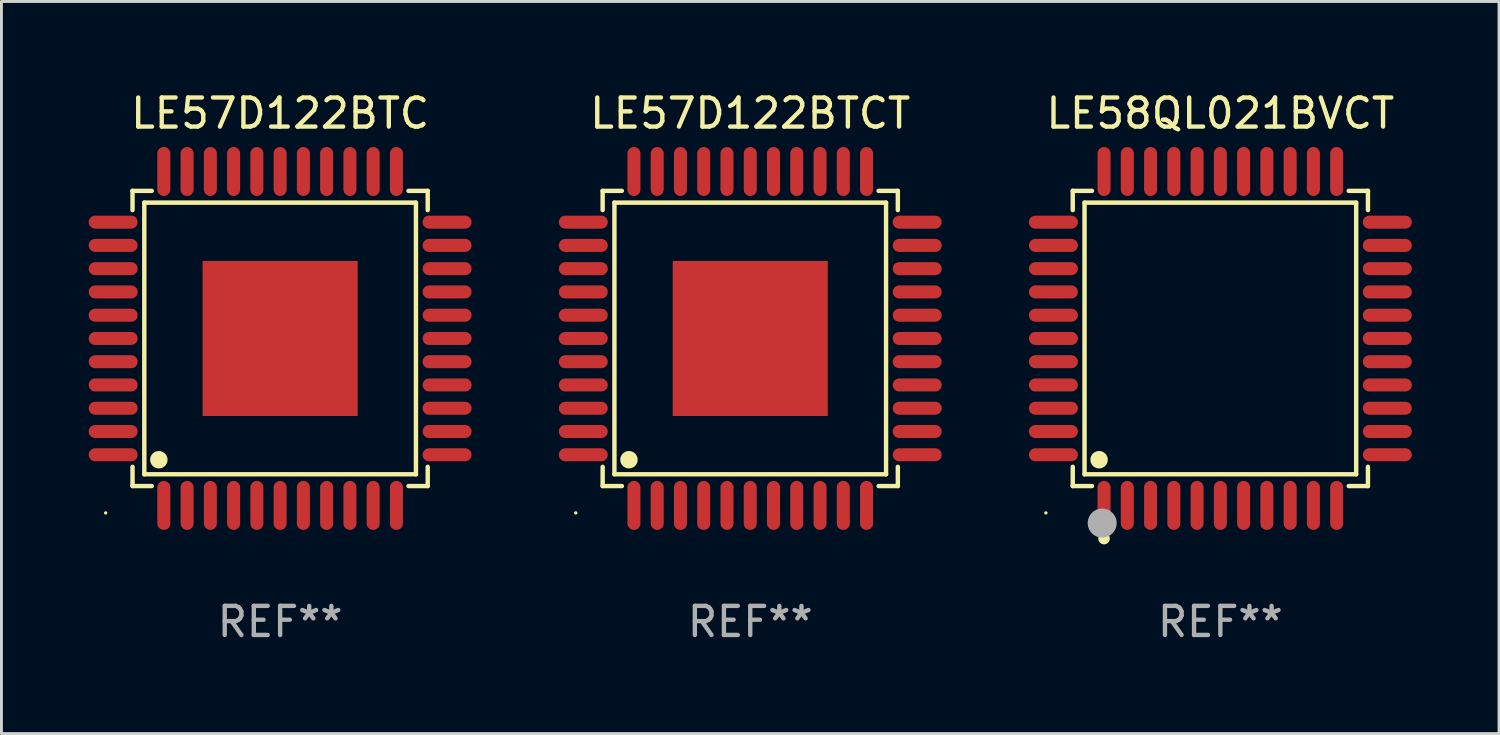
<source format=kicad_pcb>
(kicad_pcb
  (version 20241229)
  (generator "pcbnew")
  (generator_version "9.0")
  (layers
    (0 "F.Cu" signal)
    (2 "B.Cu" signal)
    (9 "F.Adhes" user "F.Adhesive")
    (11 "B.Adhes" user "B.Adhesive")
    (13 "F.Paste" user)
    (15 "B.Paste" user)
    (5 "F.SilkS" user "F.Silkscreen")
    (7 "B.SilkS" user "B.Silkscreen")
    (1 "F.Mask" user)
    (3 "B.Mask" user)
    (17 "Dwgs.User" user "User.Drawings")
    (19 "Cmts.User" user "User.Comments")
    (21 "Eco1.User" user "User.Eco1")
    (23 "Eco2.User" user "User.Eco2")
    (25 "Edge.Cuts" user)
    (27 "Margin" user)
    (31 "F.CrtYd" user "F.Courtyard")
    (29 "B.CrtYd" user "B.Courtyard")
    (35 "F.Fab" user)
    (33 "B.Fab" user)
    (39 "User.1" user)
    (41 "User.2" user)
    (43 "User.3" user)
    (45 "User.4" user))
  (footprint "LE57D122BTC"
    (layer "F.Cu")
    (at 6.584 8.59)
    (property "Reference" "LE57D122BTC" (at 0 -7.742 0) (layer "F.SilkS") (effects (font (size 1 1) (thickness 0.15))))
    (attr through_hole)
    (fp_line (start -5.076 -5.076) (end -4.415 -5.076) (stroke (width 0.152) (type solid)) (layer "F.SilkS"))
    (fp_line (start -5.076 -4.415) (end -5.076 -5.076) (stroke (width 0.152) (type solid)) (layer "F.SilkS"))
    (fp_line (start -5.076 4.415) (end -5.076 5.076) (stroke (width 0.152) (type solid)) (layer "F.SilkS"))
    (fp_line (start -5.076 5.076) (end -4.415 5.076) (stroke (width 0.152) (type solid)) (layer "F.SilkS"))
    (fp_line (start -4.671 -4.671) (end 4.671 -4.671) (stroke (width 0.152) (type solid)) (layer "F.SilkS"))
    (fp_line (start -4.671 4.671) (end -4.671 -4.671) (stroke (width 0.152) (type solid)) (layer "F.SilkS"))
    (fp_line (start 4.671 -4.671) (end 4.671 4.671) (stroke (width 0.152) (type solid)) (layer "F.SilkS"))
    (fp_line (start 4.671 4.671) (end -4.671 4.671) (stroke (width 0.152) (type solid)) (layer "F.SilkS"))
    (fp_line (start 5.076 -5.076) (end 4.415 -5.076) (stroke (width 0.152) (type solid)) (layer "F.SilkS"))
    (fp_line (start 5.076 -4.415) (end 5.076 -5.076) (stroke (width 0.152) (type solid)) (layer "F.SilkS"))
    (fp_line (start 5.076 4.415) (end 5.076 5.076) (stroke (width 0.152) (type solid)) (layer "F.SilkS"))
    (fp_line (start 5.076 5.076) (end 4.415 5.076) (stroke (width 0.152) (type solid)) (layer "F.SilkS"))
    (fp_circle (center -6 6) (end -5.97 6) (stroke (width 0.06) (type solid)) (fill no) (layer "F.SilkS"))
    (fp_circle (center -4.171 4.171) (end -4.021 4.171) (stroke (width 0.3) (type solid)) (fill no) (layer "F.SilkS"))
    (fp_text user "REF**" (at 0 9.742 0) (layer "F.Fab") (effects (font (size 1 1) (thickness 0.15))))
    (pad "1" smd oval (at -4 5.742) (size 0.448 1.684) (layers "F.Cu" "F.Mask" "F.Paste"))
    (pad "2" smd oval (at -3.2 5.742) (size 0.448 1.684) (layers "F.Cu" "F.Mask" "F.Paste"))
    (pad "3" smd oval (at -2.4 5.742) (size 0.448 1.684) (layers "F.Cu" "F.Mask" "F.Paste"))
    (pad "4" smd oval (at -1.6 5.742) (size 0.448 1.684) (layers "F.Cu" "F.Mask" "F.Paste"))
    (pad "5" smd oval (at -0.8 5.742) (size 0.448 1.684) (layers "F.Cu" "F.Mask" "F.Paste"))
    (pad "6" smd oval (at 0 5.742) (size 0.448 1.684) (layers "F.Cu" "F.Mask" "F.Paste"))
    (pad "7" smd oval (at 0.8 5.742) (size 0.448 1.684) (layers "F.Cu" "F.Mask" "F.Paste"))
    (pad "8" smd oval (at 1.6 5.742) (size 0.448 1.684) (layers "F.Cu" "F.Mask" "F.Paste"))
    (pad "9" smd oval (at 2.4 5.742) (size 0.448 1.684) (layers "F.Cu" "F.Mask" "F.Paste"))
    (pad "10" smd oval (at 3.2 5.742) (size 0.448 1.684) (layers "F.Cu" "F.Mask" "F.Paste"))
    (pad "11" smd oval (at 4 5.742) (size 0.448 1.684) (layers "F.Cu" "F.Mask" "F.Paste"))
    (pad "12" smd oval (at 5.742 4) (size 1.684 0.448) (layers "F.Cu" "F.Mask" "F.Paste"))
    (pad "13" smd oval (at 5.742 3.2) (size 1.684 0.448) (layers "F.Cu" "F.Mask" "F.Paste"))
    (pad "14" smd oval (at 5.742 2.4) (size 1.684 0.448) (layers "F.Cu" "F.Mask" "F.Paste"))
    (pad "15" smd oval (at 5.742 1.6) (size 1.684 0.448) (layers "F.Cu" "F.Mask" "F.Paste"))
    (pad "16" smd oval (at 5.742 0.8) (size 1.684 0.448) (layers "F.Cu" "F.Mask" "F.Paste"))
    (pad "17" smd oval (at 5.742 0) (size 1.684 0.448) (layers "F.Cu" "F.Mask" "F.Paste"))
    (pad "18" smd oval (at 5.742 -0.8) (size 1.684 0.448) (layers "F.Cu" "F.Mask" "F.Paste"))
    (pad "19" smd oval (at 5.742 -1.6) (size 1.684 0.448) (layers "F.Cu" "F.Mask" "F.Paste"))
    (pad "20" smd oval (at 5.742 -2.4) (size 1.684 0.448) (layers "F.Cu" "F.Mask" "F.Paste"))
    (pad "21" smd oval (at 5.742 -3.2) (size 1.684 0.448) (layers "F.Cu" "F.Mask" "F.Paste"))
    (pad "22" smd oval (at 5.742 -4) (size 1.684 0.448) (layers "F.Cu" "F.Mask" "F.Paste"))
    (pad "23" smd oval (at 4 -5.742) (size 0.448 1.684) (layers "F.Cu" "F.Mask" "F.Paste"))
    (pad "24" smd oval (at 3.2 -5.742) (size 0.448 1.684) (layers "F.Cu" "F.Mask" "F.Paste"))
    (pad "25" smd oval (at 2.4 -5.742) (size 0.448 1.684) (layers "F.Cu" "F.Mask" "F.Paste"))
    (pad "26" smd oval (at 1.6 -5.742) (size 0.448 1.684) (layers "F.Cu" "F.Mask" "F.Paste"))
    (pad "27" smd oval (at 0.8 -5.742) (size 0.448 1.684) (layers "F.Cu" "F.Mask" "F.Paste"))
    (pad "28" smd oval (at 0 -5.742) (size 0.448 1.684) (layers "F.Cu" "F.Mask" "F.Paste"))
    (pad "29" smd oval (at -0.8 -5.742) (size 0.448 1.684) (layers "F.Cu" "F.Mask" "F.Paste"))
    (pad "30" smd oval (at -1.6 -5.742) (size 0.448 1.684) (layers "F.Cu" "F.Mask" "F.Paste"))
    (pad "31" smd oval (at -2.4 -5.742) (size 0.448 1.684) (layers "F.Cu" "F.Mask" "F.Paste"))
    (pad "32" smd oval (at -3.2 -5.742) (size 0.448 1.684) (layers "F.Cu" "F.Mask" "F.Paste"))
    (pad "33" smd oval (at -4 -5.742) (size 0.448 1.684) (layers "F.Cu" "F.Mask" "F.Paste"))
    (pad "34" smd oval (at -5.742 -4) (size 1.684 0.448) (layers "F.Cu" "F.Mask" "F.Paste"))
    (pad "35" smd oval (at -5.742 -3.2) (size 1.684 0.448) (layers "F.Cu" "F.Mask" "F.Paste"))
    (pad "36" smd oval (at -5.742 -2.4) (size 1.684 0.448) (layers "F.Cu" "F.Mask" "F.Paste"))
    (pad "37" smd oval (at -5.742 -1.6) (size 1.684 0.448) (layers "F.Cu" "F.Mask" "F.Paste"))
    (pad "38" smd oval (at -5.742 -0.8) (size 1.684 0.448) (layers "F.Cu" "F.Mask" "F.Paste"))
    (pad "39" smd oval (at -5.742 0) (size 1.684 0.448) (layers "F.Cu" "F.Mask" "F.Paste"))
    (pad "40" smd oval (at -5.742 0.8) (size 1.684 0.448) (layers "F.Cu" "F.Mask" "F.Paste"))
    (pad "41" smd oval (at -5.742 1.6) (size 1.684 0.448) (layers "F.Cu" "F.Mask" "F.Paste"))
    (pad "42" smd oval (at -5.742 2.4) (size 1.684 0.448) (layers "F.Cu" "F.Mask" "F.Paste"))
    (pad "43" smd oval (at -5.742 3.2) (size 1.684 0.448) (layers "F.Cu" "F.Mask" "F.Paste"))
    (pad "44" smd oval (at -5.742 4) (size 1.684 0.448) (layers "F.Cu" "F.Mask" "F.Paste"))
    (pad "45" smd rect (at 0 0) (size 5.334 5.334) (layers "F.Cu" "F.Mask" "F.Paste")))
  (footprint "LE57D122BTCT"
    (layer "F.Cu")
    (at 22.752 8.59)
    (property "Reference" "LE57D122BTCT" (at 0 -7.742 0) (layer "F.SilkS") (effects (font (size 1 1) (thickness 0.15))))
    (attr through_hole)
    (fp_line (start -5.076 -5.076) (end -4.415 -5.076) (stroke (width 0.152) (type solid)) (layer "F.SilkS"))
    (fp_line (start -5.076 -4.415) (end -5.076 -5.076) (stroke (width 0.152) (type solid)) (layer "F.SilkS"))
    (fp_line (start -5.076 4.415) (end -5.076 5.076) (stroke (width 0.152) (type solid)) (layer "F.SilkS"))
    (fp_line (start -5.076 5.076) (end -4.415 5.076) (stroke (width 0.152) (type solid)) (layer "F.SilkS"))
    (fp_line (start -4.671 -4.671) (end 4.671 -4.671) (stroke (width 0.152) (type solid)) (layer "F.SilkS"))
    (fp_line (start -4.671 4.671) (end -4.671 -4.671) (stroke (width 0.152) (type solid)) (layer "F.SilkS"))
    (fp_line (start 4.671 -4.671) (end 4.671 4.671) (stroke (width 0.152) (type solid)) (layer "F.SilkS"))
    (fp_line (start 4.671 4.671) (end -4.671 4.671) (stroke (width 0.152) (type solid)) (layer "F.SilkS"))
    (fp_line (start 5.076 -5.076) (end 4.415 -5.076) (stroke (width 0.152) (type solid)) (layer "F.SilkS"))
    (fp_line (start 5.076 -4.415) (end 5.076 -5.076) (stroke (width 0.152) (type solid)) (layer "F.SilkS"))
    (fp_line (start 5.076 4.415) (end 5.076 5.076) (stroke (width 0.152) (type solid)) (layer "F.SilkS"))
    (fp_line (start 5.076 5.076) (end 4.415 5.076) (stroke (width 0.152) (type solid)) (layer "F.SilkS"))
    (fp_circle (center -6 6) (end -5.97 6) (stroke (width 0.06) (type solid)) (fill no) (layer "F.SilkS"))
    (fp_circle (center -4.171 4.171) (end -4.021 4.171) (stroke (width 0.3) (type solid)) (fill no) (layer "F.SilkS"))
    (fp_text user "REF**" (at 0 9.742 0) (layer "F.Fab") (effects (font (size 1 1) (thickness 0.15))))
    (pad "1" smd oval (at -4 5.742) (size 0.448 1.684) (layers "F.Cu" "F.Mask" "F.Paste"))
    (pad "2" smd oval (at -3.2 5.742) (size 0.448 1.684) (layers "F.Cu" "F.Mask" "F.Paste"))
    (pad "3" smd oval (at -2.4 5.742) (size 0.448 1.684) (layers "F.Cu" "F.Mask" "F.Paste"))
    (pad "4" smd oval (at -1.6 5.742) (size 0.448 1.684) (layers "F.Cu" "F.Mask" "F.Paste"))
    (pad "5" smd oval (at -0.8 5.742) (size 0.448 1.684) (layers "F.Cu" "F.Mask" "F.Paste"))
    (pad "6" smd oval (at 0 5.742) (size 0.448 1.684) (layers "F.Cu" "F.Mask" "F.Paste"))
    (pad "7" smd oval (at 0.8 5.742) (size 0.448 1.684) (layers "F.Cu" "F.Mask" "F.Paste"))
    (pad "8" smd oval (at 1.6 5.742) (size 0.448 1.684) (layers "F.Cu" "F.Mask" "F.Paste"))
    (pad "9" smd oval (at 2.4 5.742) (size 0.448 1.684) (layers "F.Cu" "F.Mask" "F.Paste"))
    (pad "10" smd oval (at 3.2 5.742) (size 0.448 1.684) (layers "F.Cu" "F.Mask" "F.Paste"))
    (pad "11" smd oval (at 4 5.742) (size 0.448 1.684) (layers "F.Cu" "F.Mask" "F.Paste"))
    (pad "12" smd oval (at 5.742 4) (size 1.684 0.448) (layers "F.Cu" "F.Mask" "F.Paste"))
    (pad "13" smd oval (at 5.742 3.2) (size 1.684 0.448) (layers "F.Cu" "F.Mask" "F.Paste"))
    (pad "14" smd oval (at 5.742 2.4) (size 1.684 0.448) (layers "F.Cu" "F.Mask" "F.Paste"))
    (pad "15" smd oval (at 5.742 1.6) (size 1.684 0.448) (layers "F.Cu" "F.Mask" "F.Paste"))
    (pad "16" smd oval (at 5.742 0.8) (size 1.684 0.448) (layers "F.Cu" "F.Mask" "F.Paste"))
    (pad "17" smd oval (at 5.742 0) (size 1.684 0.448) (layers "F.Cu" "F.Mask" "F.Paste"))
    (pad "18" smd oval (at 5.742 -0.8) (size 1.684 0.448) (layers "F.Cu" "F.Mask" "F.Paste"))
    (pad "19" smd oval (at 5.742 -1.6) (size 1.684 0.448) (layers "F.Cu" "F.Mask" "F.Paste"))
    (pad "20" smd oval (at 5.742 -2.4) (size 1.684 0.448) (layers "F.Cu" "F.Mask" "F.Paste"))
    (pad "21" smd oval (at 5.742 -3.2) (size 1.684 0.448) (layers "F.Cu" "F.Mask" "F.Paste"))
    (pad "22" smd oval (at 5.742 -4) (size 1.684 0.448) (layers "F.Cu" "F.Mask" "F.Paste"))
    (pad "23" smd oval (at 4 -5.742) (size 0.448 1.684) (layers "F.Cu" "F.Mask" "F.Paste"))
    (pad "24" smd oval (at 3.2 -5.742) (size 0.448 1.684) (layers "F.Cu" "F.Mask" "F.Paste"))
    (pad "25" smd oval (at 2.4 -5.742) (size 0.448 1.684) (layers "F.Cu" "F.Mask" "F.Paste"))
    (pad "26" smd oval (at 1.6 -5.742) (size 0.448 1.684) (layers "F.Cu" "F.Mask" "F.Paste"))
    (pad "27" smd oval (at 0.8 -5.742) (size 0.448 1.684) (layers "F.Cu" "F.Mask" "F.Paste"))
    (pad "28" smd oval (at 0 -5.742) (size 0.448 1.684) (layers "F.Cu" "F.Mask" "F.Paste"))
    (pad "29" smd oval (at -0.8 -5.742) (size 0.448 1.684) (layers "F.Cu" "F.Mask" "F.Paste"))
    (pad "30" smd oval (at -1.6 -5.742) (size 0.448 1.684) (layers "F.Cu" "F.Mask" "F.Paste"))
    (pad "31" smd oval (at -2.4 -5.742) (size 0.448 1.684) (layers "F.Cu" "F.Mask" "F.Paste"))
    (pad "32" smd oval (at -3.2 -5.742) (size 0.448 1.684) (layers "F.Cu" "F.Mask" "F.Paste"))
    (pad "33" smd oval (at -4 -5.742) (size 0.448 1.684) (layers "F.Cu" "F.Mask" "F.Paste"))
    (pad "34" smd oval (at -5.742 -4) (size 1.684 0.448) (layers "F.Cu" "F.Mask" "F.Paste"))
    (pad "35" smd oval (at -5.742 -3.2) (size 1.684 0.448) (layers "F.Cu" "F.Mask" "F.Paste"))
    (pad "36" smd oval (at -5.742 -2.4) (size 1.684 0.448) (layers "F.Cu" "F.Mask" "F.Paste"))
    (pad "37" smd oval (at -5.742 -1.6) (size 1.684 0.448) (layers "F.Cu" "F.Mask" "F.Paste"))
    (pad "38" smd oval (at -5.742 -0.8) (size 1.684 0.448) (layers "F.Cu" "F.Mask" "F.Paste"))
    (pad "39" smd oval (at -5.742 0) (size 1.684 0.448) (layers "F.Cu" "F.Mask" "F.Paste"))
    (pad "40" smd oval (at -5.742 0.8) (size 1.684 0.448) (layers "F.Cu" "F.Mask" "F.Paste"))
    (pad "41" smd oval (at -5.742 1.6) (size 1.684 0.448) (layers "F.Cu" "F.Mask" "F.Paste"))
    (pad "42" smd oval (at -5.742 2.4) (size 1.684 0.448) (layers "F.Cu" "F.Mask" "F.Paste"))
    (pad "43" smd oval (at -5.742 3.2) (size 1.684 0.448) (layers "F.Cu" "F.Mask" "F.Paste"))
    (pad "44" smd oval (at -5.742 4) (size 1.684 0.448) (layers "F.Cu" "F.Mask" "F.Paste"))
    (pad "45" smd rect (at 0 0) (size 5.334 5.334) (layers "F.Cu" "F.Mask" "F.Paste")))
  (footprint "LE58QL021BVCT"
    (layer "F.Cu")
    (at 38.92 8.59)
    (property "Reference" "LE58QL021BVCT" (at 0 -7.742 0) (layer "F.SilkS") (effects (font (size 1 1) (thickness 0.15))))
    (attr through_hole)
    (fp_line (start -5.076 -5.076) (end -4.415 -5.076) (stroke (width 0.152) (type solid)) (layer "F.SilkS"))
    (fp_line (start -5.076 -4.415) (end -5.076 -5.076) (stroke (width 0.152) (type solid)) (layer "F.SilkS"))
    (fp_line (start -5.076 4.415) (end -5.076 5.076) (stroke (width 0.152) (type solid)) (layer "F.SilkS"))
    (fp_line (start -5.076 5.076) (end -4.415 5.076) (stroke (width 0.152) (type solid)) (layer "F.SilkS"))
    (fp_line (start -4.671 -4.671) (end 4.671 -4.671) (stroke (width 0.152) (type solid)) (layer "F.SilkS"))
    (fp_line (start -4.671 4.671) (end -4.671 -4.671) (stroke (width 0.152) (type solid)) (layer "F.SilkS"))
    (fp_line (start 4.671 -4.671) (end 4.671 4.671) (stroke (width 0.152) (type solid)) (layer "F.SilkS"))
    (fp_line (start 4.671 4.671) (end -4.671 4.671) (stroke (width 0.152) (type solid)) (layer "F.SilkS"))
    (fp_line (start 5.076 -5.076) (end 4.415 -5.076) (stroke (width 0.152) (type solid)) (layer "F.SilkS"))
    (fp_line (start 5.076 -4.415) (end 5.076 -5.076) (stroke (width 0.152) (type solid)) (layer "F.SilkS"))
    (fp_line (start 5.076 4.415) (end 5.076 5.076) (stroke (width 0.152) (type solid)) (layer "F.SilkS"))
    (fp_line (start 5.076 5.076) (end 4.415 5.076) (stroke (width 0.152) (type solid)) (layer "F.SilkS"))
    (fp_circle (center -6 6) (end -5.97 6) (stroke (width 0.06) (type solid)) (fill no) (layer "F.SilkS"))
    (fp_circle (center -4.171 4.171) (end -4.021 4.171) (stroke (width 0.3) (type solid)) (fill no) (layer "F.SilkS"))
    (fp_circle (center -4 6.884) (end -3.9 6.884) (stroke (width 0.2) (type solid)) (fill no) (layer "F.SilkS"))
    (fp_circle (center -4.064 6.35) (end -3.814 6.35) (stroke (width 0.5) (type solid)) (fill no) (layer "F.Fab"))
    (fp_text user "REF**" (at 0 9.742 0) (layer "F.Fab") (effects (font (size 1 1) (thickness 0.15))))
    (pad "1" smd oval (at -4 5.742) (size 0.448 1.684) (layers "F.Cu" "F.Mask" "F.Paste"))
    (pad "2" smd oval (at -3.2 5.742) (size 0.448 1.684) (layers "F.Cu" "F.Mask" "F.Paste"))
    (pad "3" smd oval (at -2.4 5.742) (size 0.448 1.684) (layers "F.Cu" "F.Mask" "F.Paste"))
    (pad "4" smd oval (at -1.6 5.742) (size 0.448 1.684) (layers "F.Cu" "F.Mask" "F.Paste"))
    (pad "5" smd oval (at -0.8 5.742) (size 0.448 1.684) (layers "F.Cu" "F.Mask" "F.Paste"))
    (pad "6" smd oval (at 0 5.742) (size 0.448 1.684) (layers "F.Cu" "F.Mask" "F.Paste"))
    (pad "7" smd oval (at 0.8 5.742) (size 0.448 1.684) (layers "F.Cu" "F.Mask" "F.Paste"))
    (pad "8" smd oval (at 1.6 5.742) (size 0.448 1.684) (layers "F.Cu" "F.Mask" "F.Paste"))
    (pad "9" smd oval (at 2.4 5.742) (size 0.448 1.684) (layers "F.Cu" "F.Mask" "F.Paste"))
    (pad "10" smd oval (at 3.2 5.742) (size 0.448 1.684) (layers "F.Cu" "F.Mask" "F.Paste"))
    (pad "11" smd oval (at 4 5.742) (size 0.448 1.684) (layers "F.Cu" "F.Mask" "F.Paste"))
    (pad "12" smd oval (at 5.742 4) (size 1.684 0.448) (layers "F.Cu" "F.Mask" "F.Paste"))
    (pad "13" smd oval (at 5.742 3.2) (size 1.684 0.448) (layers "F.Cu" "F.Mask" "F.Paste"))
    (pad "14" smd oval (at 5.742 2.4) (size 1.684 0.448) (layers "F.Cu" "F.Mask" "F.Paste"))
    (pad "15" smd oval (at 5.742 1.6) (size 1.684 0.448) (layers "F.Cu" "F.Mask" "F.Paste"))
    (pad "16" smd oval (at 5.742 0.8) (size 1.684 0.448) (layers "F.Cu" "F.Mask" "F.Paste"))
    (pad "17" smd oval (at 5.742 0) (size 1.684 0.448) (layers "F.Cu" "F.Mask" "F.Paste"))
    (pad "18" smd oval (at 5.742 -0.8) (size 1.684 0.448) (layers "F.Cu" "F.Mask" "F.Paste"))
    (pad "19" smd oval (at 5.742 -1.6) (size 1.684 0.448) (layers "F.Cu" "F.Mask" "F.Paste"))
    (pad "20" smd oval (at 5.742 -2.4) (size 1.684 0.448) (layers "F.Cu" "F.Mask" "F.Paste"))
    (pad "21" smd oval (at 5.742 -3.2) (size 1.684 0.448) (layers "F.Cu" "F.Mask" "F.Paste"))
    (pad "22" smd oval (at 5.742 -4) (size 1.684 0.448) (layers "F.Cu" "F.Mask" "F.Paste"))
    (pad "23" smd oval (at 4 -5.742) (size 0.448 1.684) (layers "F.Cu" "F.Mask" "F.Paste"))
    (pad "24" smd oval (at 3.2 -5.742) (size 0.448 1.684) (layers "F.Cu" "F.Mask" "F.Paste"))
    (pad "25" smd oval (at 2.4 -5.742) (size 0.448 1.684) (layers "F.Cu" "F.Mask" "F.Paste"))
    (pad "26" smd oval (at 1.6 -5.742) (size 0.448 1.684) (layers "F.Cu" "F.Mask" "F.Paste"))
    (pad "27" smd oval (at 0.8 -5.742) (size 0.448 1.684) (layers "F.Cu" "F.Mask" "F.Paste"))
    (pad "28" smd oval (at 0 -5.742) (size 0.448 1.684) (layers "F.Cu" "F.Mask" "F.Paste"))
    (pad "29" smd oval (at -0.8 -5.742) (size 0.448 1.684) (layers "F.Cu" "F.Mask" "F.Paste"))
    (pad "30" smd oval (at -1.6 -5.742) (size 0.448 1.684) (layers "F.Cu" "F.Mask" "F.Paste"))
    (pad "31" smd oval (at -2.4 -5.742) (size 0.448 1.684) (layers "F.Cu" "F.Mask" "F.Paste"))
    (pad "32" smd oval (at -3.2 -5.742) (size 0.448 1.684) (layers "F.Cu" "F.Mask" "F.Paste"))
    (pad "33" smd oval (at -4 -5.742) (size 0.448 1.684) (layers "F.Cu" "F.Mask" "F.Paste"))
    (pad "34" smd oval (at -5.742 -4) (size 1.684 0.448) (layers "F.Cu" "F.Mask" "F.Paste"))
    (pad "35" smd oval (at -5.742 -3.2) (size 1.684 0.448) (layers "F.Cu" "F.Mask" "F.Paste"))
    (pad "36" smd oval (at -5.742 -2.4) (size 1.684 0.448) (layers "F.Cu" "F.Mask" "F.Paste"))
    (pad "37" smd oval (at -5.742 -1.6) (size 1.684 0.448) (layers "F.Cu" "F.Mask" "F.Paste"))
    (pad "38" smd oval (at -5.742 -0.8) (size 1.684 0.448) (layers "F.Cu" "F.Mask" "F.Paste"))
    (pad "39" smd oval (at -5.742 0) (size 1.684 0.448) (layers "F.Cu" "F.Mask" "F.Paste"))
    (pad "40" smd oval (at -5.742 0.8) (size 1.684 0.448) (layers "F.Cu" "F.Mask" "F.Paste"))
    (pad "41" smd oval (at -5.742 1.6) (size 1.684 0.448) (layers "F.Cu" "F.Mask" "F.Paste"))
    (pad "42" smd oval (at -5.742 2.4) (size 1.684 0.448) (layers "F.Cu" "F.Mask" "F.Paste"))
    (pad "43" smd oval (at -5.742 3.2) (size 1.684 0.448) (layers "F.Cu" "F.Mask" "F.Paste"))
    (pad "44" smd oval (at -5.742 4) (size 1.684 0.448) (layers "F.Cu" "F.Mask" "F.Paste")))
  (gr_rect
    (start -3 -3)
    (end 48.504 22.18)
    (stroke (width 0.1) (type default))
    (fill no)
    (layer "Edge.Cuts")))
</source>
